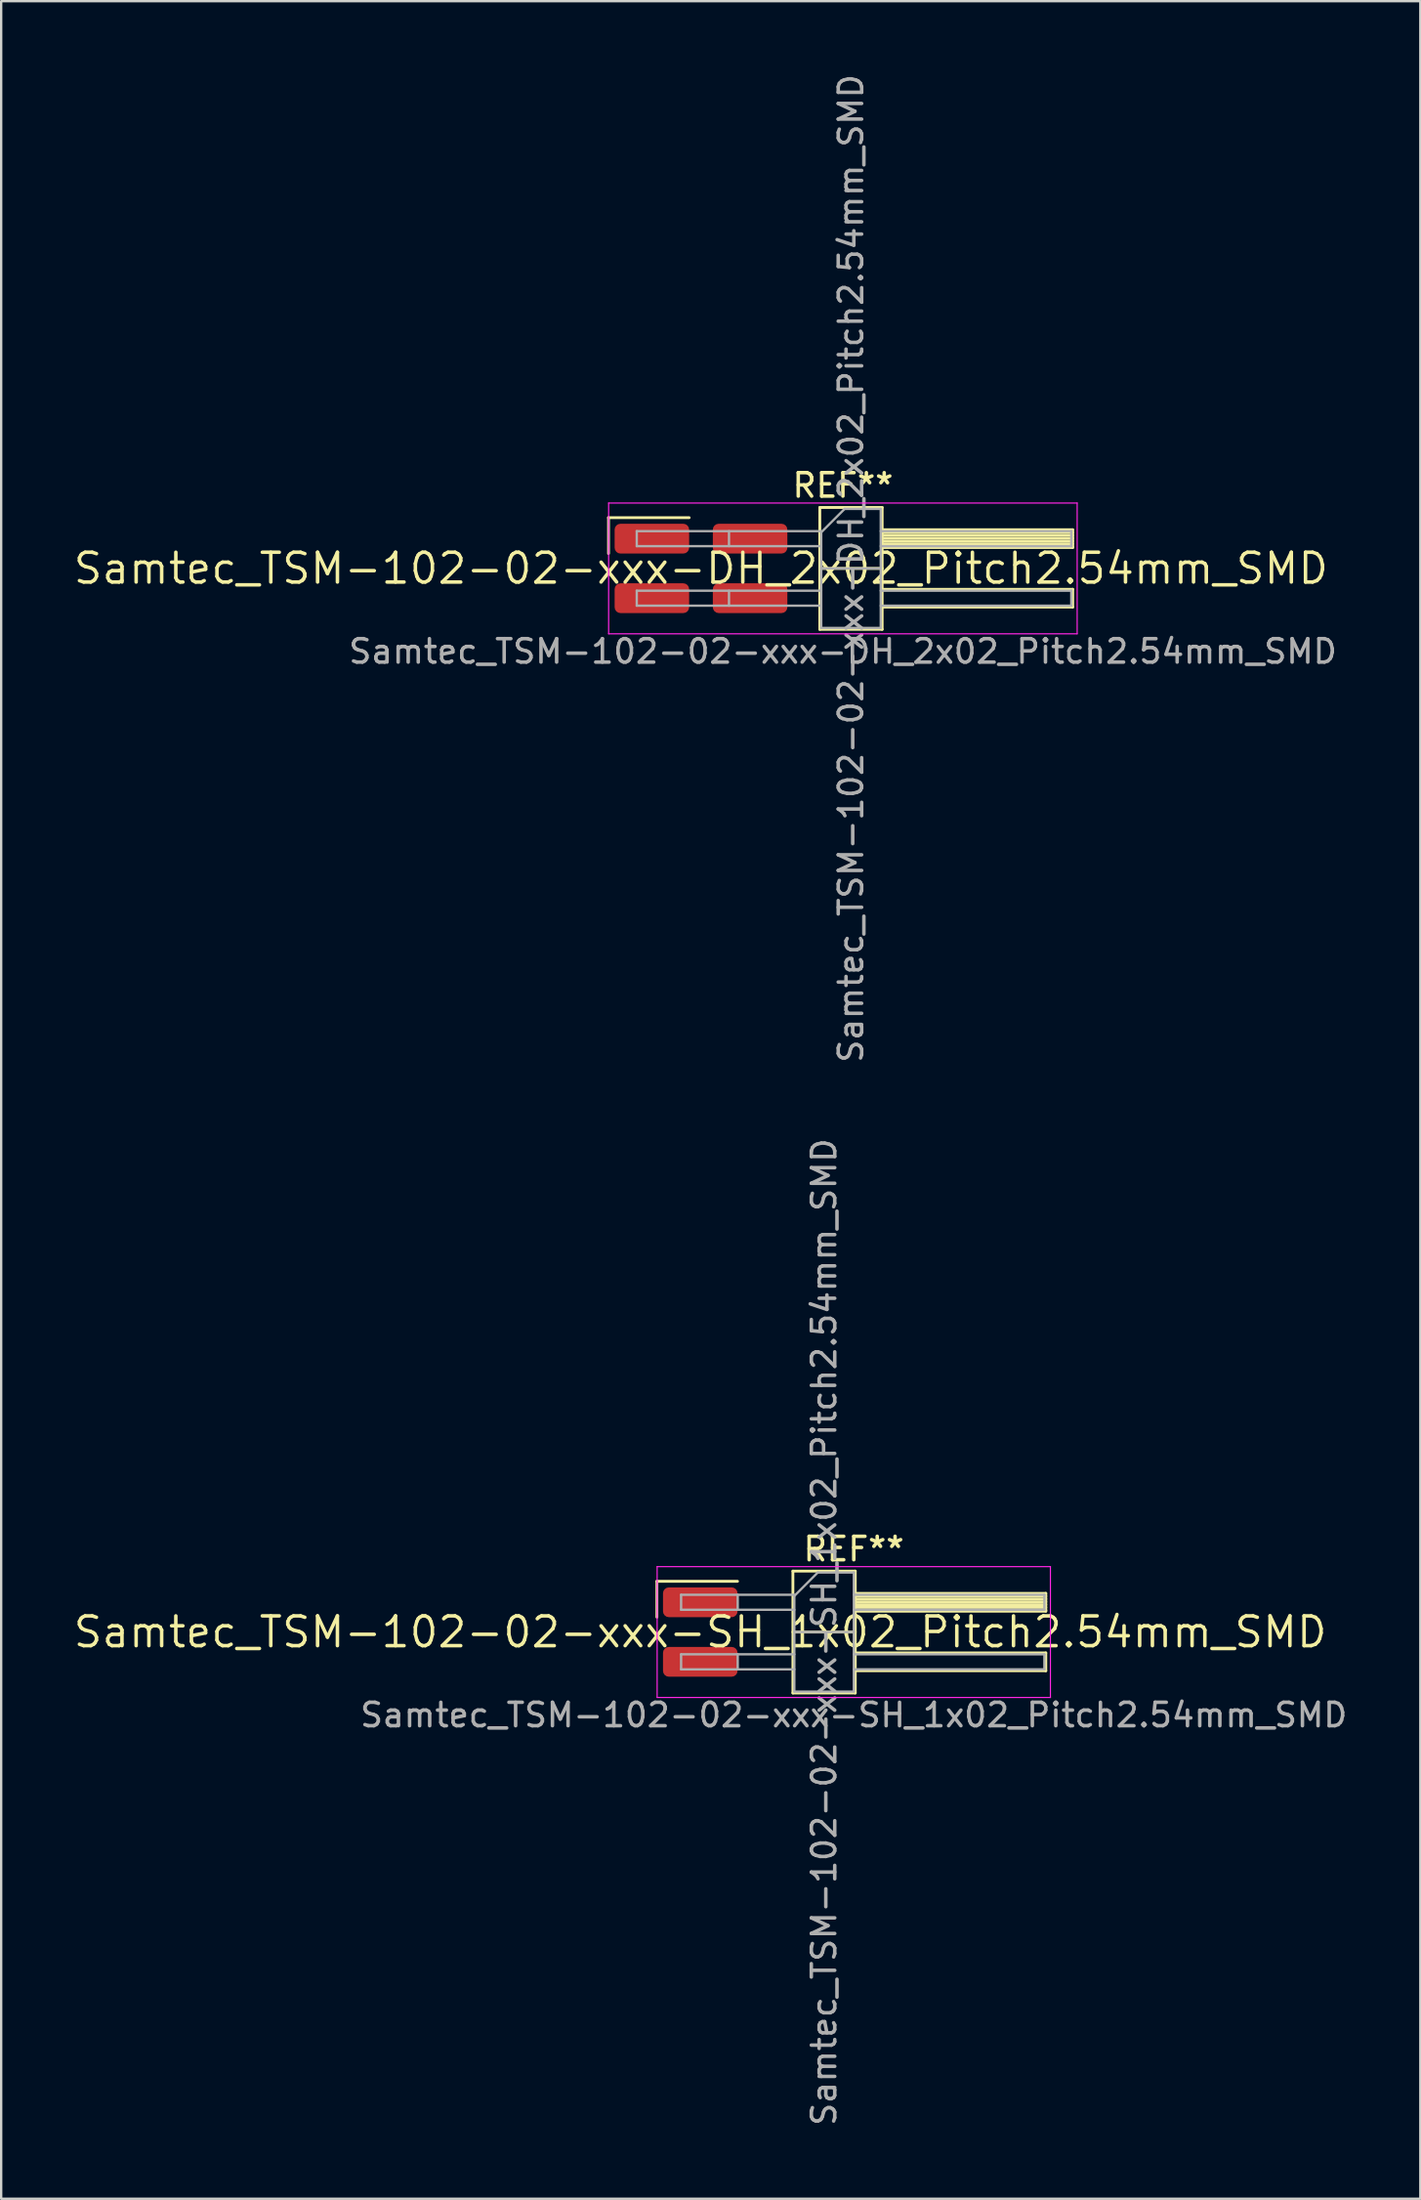
<source format=kicad_pcb>
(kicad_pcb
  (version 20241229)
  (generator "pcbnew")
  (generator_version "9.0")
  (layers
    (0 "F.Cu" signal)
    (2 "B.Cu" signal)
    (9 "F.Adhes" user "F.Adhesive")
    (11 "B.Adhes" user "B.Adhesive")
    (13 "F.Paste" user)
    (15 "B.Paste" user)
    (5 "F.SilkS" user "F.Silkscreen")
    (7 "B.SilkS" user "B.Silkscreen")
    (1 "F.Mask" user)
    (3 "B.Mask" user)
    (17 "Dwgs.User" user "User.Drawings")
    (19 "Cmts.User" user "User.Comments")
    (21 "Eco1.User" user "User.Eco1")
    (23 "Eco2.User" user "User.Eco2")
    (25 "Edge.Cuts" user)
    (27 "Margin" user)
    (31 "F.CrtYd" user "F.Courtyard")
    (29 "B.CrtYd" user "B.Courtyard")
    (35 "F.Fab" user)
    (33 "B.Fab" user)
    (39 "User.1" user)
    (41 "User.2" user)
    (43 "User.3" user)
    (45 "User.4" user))
  (footprint "Samtec_TSM-102-02-xxx-SH_1x02_Pitch2.54mm_SMD"
    (layer "F.Cu")
    (at 26.828 66.565)
    (property "Reference" "Samtec_TSM-102-02-xxx-SH_1x02_Pitch2.54mm_SMD" (at 0 0 0) (layer "F.SilkS") (effects (font (size 1.27 1.27) (thickness 0.15))))
    (attr smd)
    (fp_line (start -1.85 -2.165) (end 1.59 -2.165) (stroke (width 0.12) (type solid)) (layer "F.SilkS"))
    (fp_line (start -1.85 -0.635) (end -1.85 -2.165) (stroke (width 0.12) (type solid)) (layer "F.SilkS"))
    (fp_line (start 3.953 -2.6) (end 6.613 -2.6) (stroke (width 0.12) (type solid)) (layer "F.SilkS"))
    (fp_line (start 3.953 0) (end 6.613 0) (stroke (width 0.12) (type solid)) (layer "F.SilkS"))
    (fp_line (start 3.953 2.6) (end 3.953 -2.6) (stroke (width 0.12) (type solid)) (layer "F.SilkS"))
    (fp_line (start 6.613 -2.6) (end 6.613 2.6) (stroke (width 0.12) (type solid)) (layer "F.SilkS"))
    (fp_line (start 6.613 -1.65) (end 14.743 -1.65) (stroke (width 0.12) (type solid)) (layer "F.SilkS"))
    (fp_line (start 6.613 -1.53) (end 14.743 -1.53) (stroke (width 0.12) (type solid)) (layer "F.SilkS"))
    (fp_line (start 6.613 -1.41) (end 14.743 -1.41) (stroke (width 0.12) (type solid)) (layer "F.SilkS"))
    (fp_line (start 6.613 -1.29) (end 14.743 -1.29) (stroke (width 0.12) (type solid)) (layer "F.SilkS"))
    (fp_line (start 6.613 -1.17) (end 14.743 -1.17) (stroke (width 0.12) (type solid)) (layer "F.SilkS"))
    (fp_line (start 6.613 -1.05) (end 14.743 -1.05) (stroke (width 0.12) (type solid)) (layer "F.SilkS"))
    (fp_line (start 6.613 -0.93) (end 14.743 -0.93) (stroke (width 0.12) (type solid)) (layer "F.SilkS"))
    (fp_line (start 6.613 -0.89) (end 14.743 -0.89) (stroke (width 0.12) (type solid)) (layer "F.SilkS"))
    (fp_line (start 6.613 0.89) (end 14.743 0.89) (stroke (width 0.12) (type solid)) (layer "F.SilkS"))
    (fp_line (start 6.613 1.65) (end 14.743 1.65) (stroke (width 0.12) (type solid)) (layer "F.SilkS"))
    (fp_line (start 6.613 2.6) (end 3.953 2.6) (stroke (width 0.12) (type solid)) (layer "F.SilkS"))
    (fp_line (start 14.743 -1.65) (end 14.743 -0.89) (stroke (width 0.12) (type solid)) (layer "F.SilkS"))
    (fp_line (start 14.743 0.89) (end 14.743 1.65) (stroke (width 0.12) (type solid)) (layer "F.SilkS"))
    (fp_line (start -1.84 -2.79) (end 14.94 -2.79) (stroke (width 0.05) (type solid)) (layer "F.CrtYd"))
    (fp_line (start -1.84 2.79) (end -1.84 -2.79) (stroke (width 0.05) (type solid)) (layer "F.CrtYd"))
    (fp_line (start 14.94 -2.79) (end 14.94 2.79) (stroke (width 0.05) (type solid)) (layer "F.CrtYd"))
    (fp_line (start 14.94 2.79) (end -1.84 2.79) (stroke (width 0.05) (type solid)) (layer "F.CrtYd"))
    (fp_line (start -0.817 -1.59) (end -0.817 -0.95) (stroke (width 0.1) (type solid)) (layer "F.Fab"))
    (fp_line (start -0.817 -1.59) (end 4.013 -1.59) (stroke (width 0.1) (type solid)) (layer "F.Fab"))
    (fp_line (start -0.817 -0.95) (end 4.013 -0.95) (stroke (width 0.1) (type solid)) (layer "F.Fab"))
    (fp_line (start -0.817 0.95) (end -0.817 1.59) (stroke (width 0.1) (type solid)) (layer "F.Fab"))
    (fp_line (start -0.817 0.95) (end 4.013 0.95) (stroke (width 0.1) (type solid)) (layer "F.Fab"))
    (fp_line (start -0.817 1.59) (end 4.013 1.59) (stroke (width 0.1) (type solid)) (layer "F.Fab"))
    (fp_line (start 1.598 -1.59) (end 1.598 -0.95) (stroke (width 0.1) (type solid)) (layer "F.Fab"))
    (fp_line (start 1.598 0.95) (end 1.598 1.59) (stroke (width 0.1) (type solid)) (layer "F.Fab"))
    (fp_line (start 4.013 -1.54) (end 5.013 -2.54) (stroke (width 0.1) (type solid)) (layer "F.Fab"))
    (fp_line (start 4.013 0) (end 6.553 0) (stroke (width 0.1) (type solid)) (layer "F.Fab"))
    (fp_line (start 4.013 2.54) (end 4.013 -1.54) (stroke (width 0.1) (type solid)) (layer "F.Fab"))
    (fp_line (start 5.013 -2.54) (end 6.553 -2.54) (stroke (width 0.1) (type solid)) (layer "F.Fab"))
    (fp_line (start 6.553 -2.54) (end 6.553 2.54) (stroke (width 0.1) (type solid)) (layer "F.Fab"))
    (fp_line (start 6.553 -1.59) (end 14.683 -1.59) (stroke (width 0.1) (type solid)) (layer "F.Fab"))
    (fp_line (start 6.553 -0.95) (end 14.683 -0.95) (stroke (width 0.1) (type solid)) (layer "F.Fab"))
    (fp_line (start 6.553 0.95) (end 14.683 0.95) (stroke (width 0.1) (type solid)) (layer "F.Fab"))
    (fp_line (start 6.553 1.59) (end 14.683 1.59) (stroke (width 0.1) (type solid)) (layer "F.Fab"))
    (fp_line (start 6.553 2.54) (end 4.013 2.54) (stroke (width 0.1) (type solid)) (layer "F.Fab"))
    (fp_line (start 14.683 -1.59) (end 14.683 -0.95) (stroke (width 0.1) (type solid)) (layer "F.Fab"))
    (fp_line (start 14.683 0.95) (end 14.683 1.59) (stroke (width 0.1) (type solid)) (layer "F.Fab"))
    (fp_text user "REF**" (at 6.55 -3.54 0) (layer "F.SilkS") (effects (font (size 1 1) (thickness 0.15))))
    (fp_text user "Samtec_TSM-102-02-xxx-SH_1x02_Pitch2.54mm_SMD" (at 6.55 3.54 0) (layer "F.Fab") (effects (font (size 1 1) (thickness 0.15))))
    (fp_text user "${REFERENCE}" (at 5.283 0 90) (layer "F.Fab") (effects (font (size 1 1) (thickness 0.15))))
    (pad "1" smd roundrect (at 0 -1.27) (size 3.18 1.27) (layers "F.Cu" "F.Mask" "F.Paste") (roundrect_rratio 0.197))
    (pad "2" smd roundrect (at 0 1.27) (size 3.18 1.27) (layers "F.Cu" "F.Mask" "F.Paste") (roundrect_rratio 0.197)))
  (footprint "Samtec_TSM-102-02-xxx-DH_2x02_Pitch2.54mm_SMD"
    (layer "F.Cu")
    (at 26.859 21.196)
    (property "Reference" "Samtec_TSM-102-02-xxx-DH_2x02_Pitch2.54mm_SMD" (at 0 0 0) (layer "F.SilkS") (effects (font (size 1.27 1.27) (thickness 0.15))))
    (attr smd)
    (fp_line (start -3.945 -2.165) (end -0.505 -2.165) (stroke (width 0.12) (type solid)) (layer "F.SilkS"))
    (fp_line (start -3.945 -0.635) (end -3.945 -2.165) (stroke (width 0.12) (type solid)) (layer "F.SilkS"))
    (fp_line (start 5.07 -2.6) (end 7.73 -2.6) (stroke (width 0.12) (type solid)) (layer "F.SilkS"))
    (fp_line (start 5.07 0) (end 7.73 0) (stroke (width 0.12) (type solid)) (layer "F.SilkS"))
    (fp_line (start 5.07 2.6) (end 5.07 -2.6) (stroke (width 0.12) (type solid)) (layer "F.SilkS"))
    (fp_line (start 7.73 -2.6) (end 7.73 2.6) (stroke (width 0.12) (type solid)) (layer "F.SilkS"))
    (fp_line (start 7.73 -1.65) (end 15.86 -1.65) (stroke (width 0.12) (type solid)) (layer "F.SilkS"))
    (fp_line (start 7.73 -1.53) (end 15.86 -1.53) (stroke (width 0.12) (type solid)) (layer "F.SilkS"))
    (fp_line (start 7.73 -1.41) (end 15.86 -1.41) (stroke (width 0.12) (type solid)) (layer "F.SilkS"))
    (fp_line (start 7.73 -1.29) (end 15.86 -1.29) (stroke (width 0.12) (type solid)) (layer "F.SilkS"))
    (fp_line (start 7.73 -1.17) (end 15.86 -1.17) (stroke (width 0.12) (type solid)) (layer "F.SilkS"))
    (fp_line (start 7.73 -1.05) (end 15.86 -1.05) (stroke (width 0.12) (type solid)) (layer "F.SilkS"))
    (fp_line (start 7.73 -0.93) (end 15.86 -0.93) (stroke (width 0.12) (type solid)) (layer "F.SilkS"))
    (fp_line (start 7.73 -0.89) (end 15.86 -0.89) (stroke (width 0.12) (type solid)) (layer "F.SilkS"))
    (fp_line (start 7.73 0.89) (end 15.86 0.89) (stroke (width 0.12) (type solid)) (layer "F.SilkS"))
    (fp_line (start 7.73 1.65) (end 15.86 1.65) (stroke (width 0.12) (type solid)) (layer "F.SilkS"))
    (fp_line (start 7.73 2.6) (end 5.07 2.6) (stroke (width 0.12) (type solid)) (layer "F.SilkS"))
    (fp_line (start 15.86 -1.65) (end 15.86 -0.89) (stroke (width 0.12) (type solid)) (layer "F.SilkS"))
    (fp_line (start 15.86 0.89) (end 15.86 1.65) (stroke (width 0.12) (type solid)) (layer "F.SilkS"))
    (fp_line (start -3.94 -2.79) (end 16.05 -2.79) (stroke (width 0.05) (type solid)) (layer "F.CrtYd"))
    (fp_line (start -3.94 2.79) (end -3.94 -2.79) (stroke (width 0.05) (type solid)) (layer "F.CrtYd"))
    (fp_line (start 16.05 -2.79) (end 16.05 2.79) (stroke (width 0.05) (type solid)) (layer "F.CrtYd"))
    (fp_line (start 16.05 2.79) (end -3.94 2.79) (stroke (width 0.05) (type solid)) (layer "F.CrtYd"))
    (fp_line (start -2.74 -1.59) (end -2.74 -0.95) (stroke (width 0.1) (type solid)) (layer "F.Fab"))
    (fp_line (start -2.74 -1.59) (end 5.13 -1.59) (stroke (width 0.1) (type solid)) (layer "F.Fab"))
    (fp_line (start -2.74 -0.95) (end 5.13 -0.95) (stroke (width 0.1) (type solid)) (layer "F.Fab"))
    (fp_line (start -2.74 0.95) (end -2.74 1.59) (stroke (width 0.1) (type solid)) (layer "F.Fab"))
    (fp_line (start -2.74 0.95) (end 5.13 0.95) (stroke (width 0.1) (type solid)) (layer "F.Fab"))
    (fp_line (start -2.74 1.59) (end 5.13 1.59) (stroke (width 0.1) (type solid)) (layer "F.Fab"))
    (fp_line (start 1.195 -1.59) (end 1.195 -0.95) (stroke (width 0.1) (type solid)) (layer "F.Fab"))
    (fp_line (start 1.195 0.95) (end 1.195 1.59) (stroke (width 0.1) (type solid)) (layer "F.Fab"))
    (fp_line (start 5.13 -1.54) (end 6.13 -2.54) (stroke (width 0.1) (type solid)) (layer "F.Fab"))
    (fp_line (start 5.13 0) (end 7.67 0) (stroke (width 0.1) (type solid)) (layer "F.Fab"))
    (fp_line (start 5.13 2.54) (end 5.13 -1.54) (stroke (width 0.1) (type solid)) (layer "F.Fab"))
    (fp_line (start 6.13 -2.54) (end 7.67 -2.54) (stroke (width 0.1) (type solid)) (layer "F.Fab"))
    (fp_line (start 7.67 -2.54) (end 7.67 2.54) (stroke (width 0.1) (type solid)) (layer "F.Fab"))
    (fp_line (start 7.67 -1.59) (end 15.8 -1.59) (stroke (width 0.1) (type solid)) (layer "F.Fab"))
    (fp_line (start 7.67 -0.95) (end 15.8 -0.95) (stroke (width 0.1) (type solid)) (layer "F.Fab"))
    (fp_line (start 7.67 0.95) (end 15.8 0.95) (stroke (width 0.1) (type solid)) (layer "F.Fab"))
    (fp_line (start 7.67 1.59) (end 15.8 1.59) (stroke (width 0.1) (type solid)) (layer "F.Fab"))
    (fp_line (start 7.67 2.54) (end 5.13 2.54) (stroke (width 0.1) (type solid)) (layer "F.Fab"))
    (fp_line (start 15.8 -1.59) (end 15.8 -0.95) (stroke (width 0.1) (type solid)) (layer "F.Fab"))
    (fp_line (start 15.8 0.95) (end 15.8 1.59) (stroke (width 0.1) (type solid)) (layer "F.Fab"))
    (fp_text user "REF**" (at 6.055 -3.54 0) (layer "F.SilkS") (effects (font (size 1 1) (thickness 0.15))))
    (fp_text user "${REFERENCE}" (at 6.4 0 90) (layer "F.Fab") (effects (font (size 1 1) (thickness 0.15))))
    (fp_text user "Samtec_TSM-102-02-xxx-DH_2x02_Pitch2.54mm_SMD" (at 6.055 3.54 0) (layer "F.Fab") (effects (font (size 1 1) (thickness 0.15))))
    (pad "1" smd roundrect (at -2.095 -1.27) (size 3.18 1.27) (layers "F.Cu" "F.Mask" "F.Paste") (roundrect_rratio 0.197))
    (pad "2" smd roundrect (at 2.095 -1.27) (size 3.18 1.27) (layers "F.Cu" "F.Mask" "F.Paste") (roundrect_rratio 0.197))
    (pad "3" smd roundrect (at -2.095 1.27) (size 3.18 1.27) (layers "F.Cu" "F.Mask" "F.Paste") (roundrect_rratio 0.197))
    (pad "4" smd roundrect (at 2.095 1.27) (size 3.18 1.27) (layers "F.Cu" "F.Mask" "F.Paste") (roundrect_rratio 0.197)))
  (gr_rect
    (start -3 -3)
    (end 57.551 90.738)
    (stroke (width 0.1) (type default))
    (fill no)
    (layer "Edge.Cuts")))
</source>
